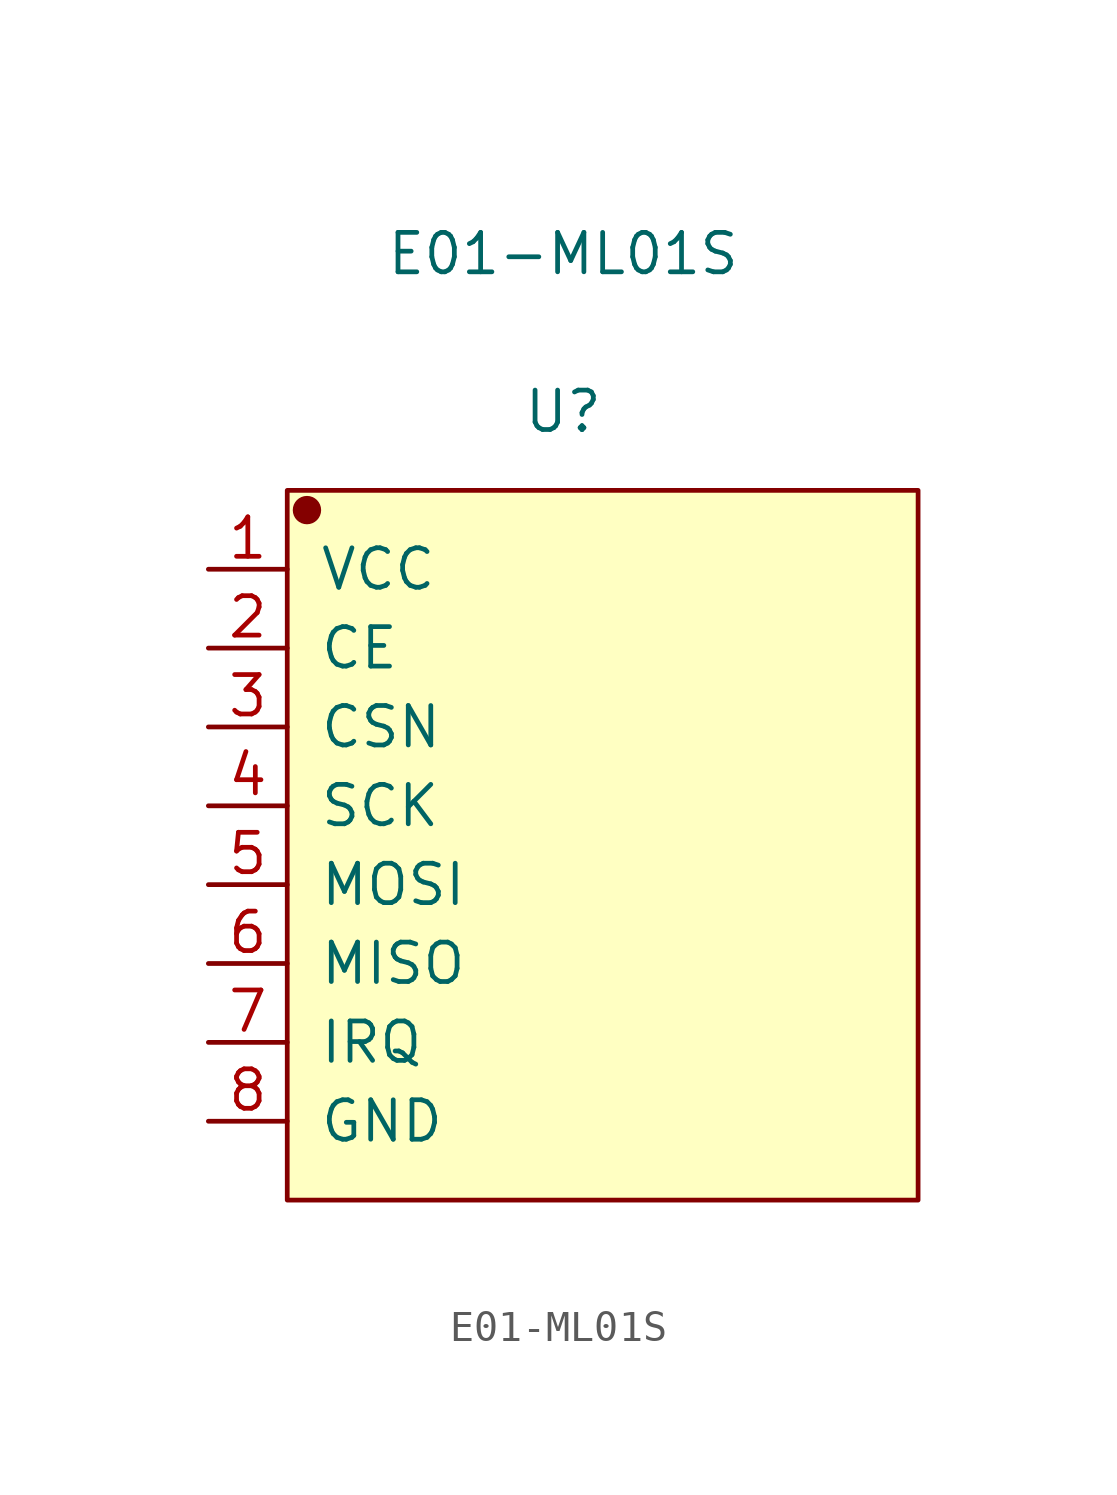
<source format=kicad_sym>
(kicad_symbol_lib
  (version 20211014)
  (generator kicad_symbol_editor)
  (symbol "E01-ML01S"
    (pin_names
      (offset 1.016))
    (property "Reference" "U"
      (at 0 13.97 0)
      (effects (font (size 1.27 1.27))))
    (property "Value" "E01-ML01S"
      (at 0 19.05 0)
      (effects (font (size 1.27 1.27))))
    (symbol "E01-ML01S_1_1"
      (rectangle (start -8.89 11.43) (end 11.43 -11.43) (stroke (width 0.152) (type default) (color 0 0 0 0)) (fill (type background)))
      (circle (center -8.255 10.795) (radius 0.381) (stroke (width 0.152) (type default) (color 0 0 0 0)) (fill (type outline)))
      (pin input line (at -11.43 8.89 0) (length 2.54) (name "VCC" (effects (font (size 1.27 1.27)))) (number "1" (effects (font (size 1.27 1.27)))))
      (pin input line (at -11.43 6.35 0) (length 2.54) (name "CE" (effects (font (size 1.27 1.27)))) (number "2" (effects (font (size 1.27 1.27)))))
      (pin input line (at -11.43 3.81 0) (length 2.54) (name "CSN" (effects (font (size 1.27 1.27)))) (number "3" (effects (font (size 1.27 1.27)))))
      (pin input line (at -11.43 1.27 0) (length 2.54) (name "SCK" (effects (font (size 1.27 1.27)))) (number "4" (effects (font (size 1.27 1.27)))))
      (pin input line (at -11.43 -1.27 0) (length 2.54) (name "MOSI" (effects (font (size 1.27 1.27)))) (number "5" (effects (font (size 1.27 1.27)))))
      (pin input line (at -11.43 -3.81 0) (length 2.54) (name "MISO" (effects (font (size 1.27 1.27)))) (number "6" (effects (font (size 1.27 1.27)))))
      (pin input line (at -11.43 -6.35 0) (length 2.54) (name "IRQ" (effects (font (size 1.27 1.27)))) (number "7" (effects (font (size 1.27 1.27)))))
      (pin input line (at -11.43 -8.89 0) (length 2.54) (name "GND" (effects (font (size 1.27 1.27)))) (number "8" (effects (font (size 1.27 1.27))))))))
</source>
